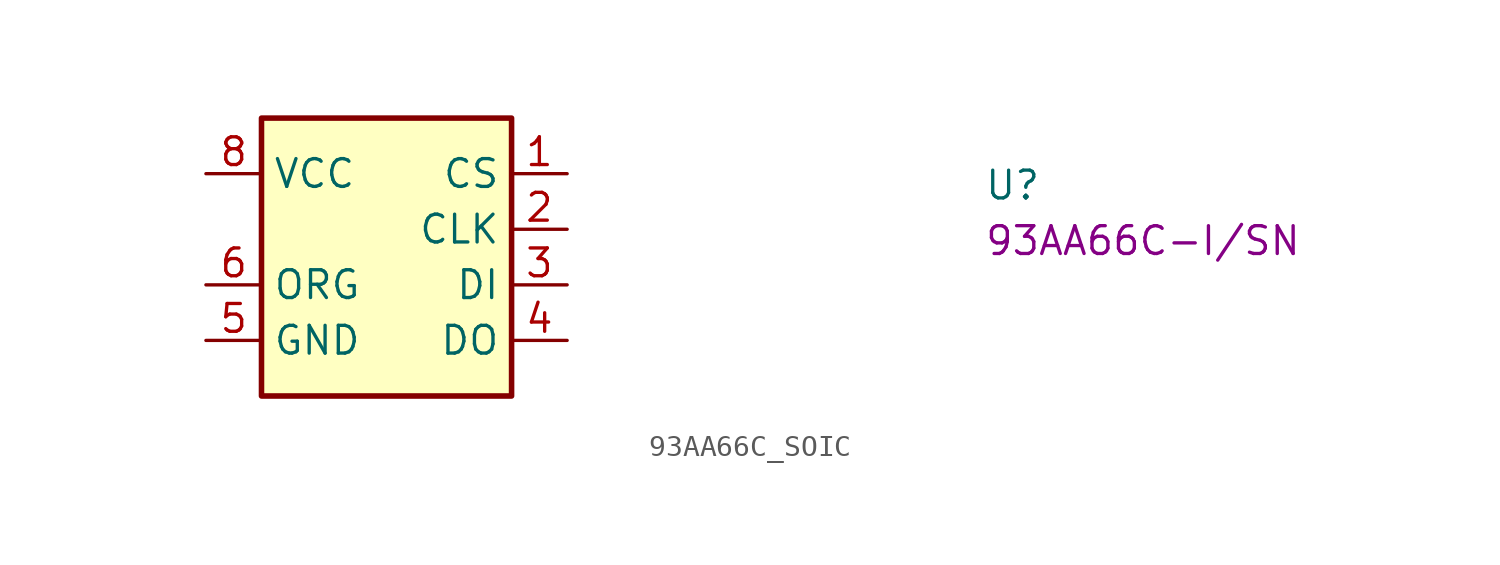
<source format=kicad_sym>
(kicad_symbol_lib
  (version 20220914)
  (generator kicad_symbol_editor)
  (symbol "93AA66C_SOIC"
    (property "Reference" "U"
      (at 35.56 -1.27 0)
      (effects (font (size 1.27 1.27) (thickness 0.15)) (justify left bottom)))
    (property "MPN" "93AA66C-I/SN"
      (at 35.56 -3.81 0)
      (effects (font (size 1.27 1.27)) (justify left bottom)))
    (symbol "93AA66C_SOIC_1_1"
      (rectangle (start 2.54 2.54) (end 13.97 -10.16) (stroke (width 0.254) (type default)) (fill (type background)))
      (pin input line (at 16.51 0 180) (length 2.54) (name "CS" (effects (font (size 1.27 1.27)))) (number "1" (effects (font (size 1.27 1.27)))))
      (pin input line (at 16.51 -2.54 180) (length 2.54) (name "CLK" (effects (font (size 1.27 1.27)))) (number "2" (effects (font (size 1.27 1.27)))))
      (pin input line (at 16.51 -5.08 180) (length 2.54) (name "DI" (effects (font (size 1.27 1.27)))) (number "3" (effects (font (size 1.27 1.27)))))
      (pin tri_state line (at 16.51 -7.62 180) (length 2.54) (name "DO" (effects (font (size 1.27 1.27)))) (number "4" (effects (font (size 1.27 1.27)))))
      (pin power_in line (at 0 -7.62 0) (length 2.54) (name "GND" (effects (font (size 1.27 1.27)))) (number "5" (effects (font (size 1.27 1.27)))))
      (pin input line (at 0 -5.08 0) (length 2.54) (name "ORG" (effects (font (size 1.27 1.27)))) (number "6" (effects (font (size 1.27 1.27)))))
      (pin no_connect line (at 2.54 -2.54 0) (length 2.54) hide (name "NC" (effects (font (size 1.27 1.27)))) (number "7" (effects (font (size 1.27 1.27)))))
      (pin power_in line (at 0 0 0) (length 2.54) (name "VCC" (effects (font (size 1.27 1.27)))) (number "8" (effects (font (size 1.27 1.27))))))))
</source>
